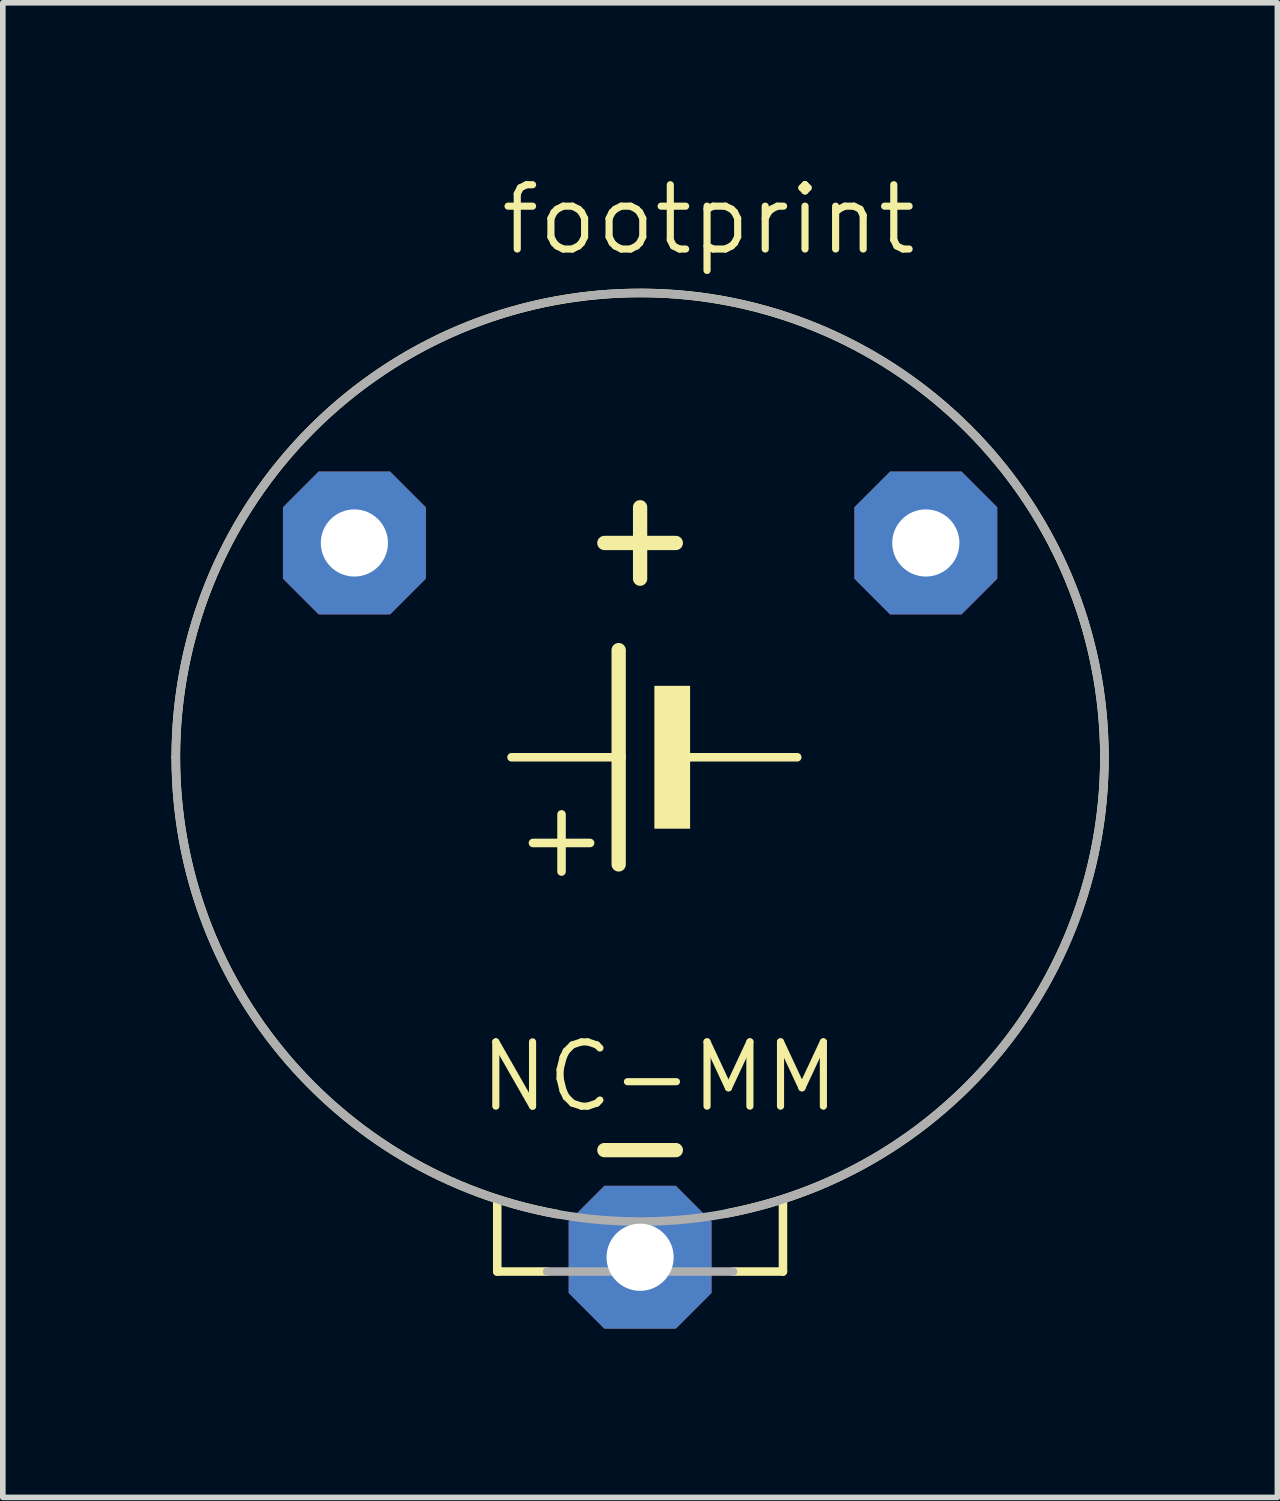
<source format=kicad_pcb>
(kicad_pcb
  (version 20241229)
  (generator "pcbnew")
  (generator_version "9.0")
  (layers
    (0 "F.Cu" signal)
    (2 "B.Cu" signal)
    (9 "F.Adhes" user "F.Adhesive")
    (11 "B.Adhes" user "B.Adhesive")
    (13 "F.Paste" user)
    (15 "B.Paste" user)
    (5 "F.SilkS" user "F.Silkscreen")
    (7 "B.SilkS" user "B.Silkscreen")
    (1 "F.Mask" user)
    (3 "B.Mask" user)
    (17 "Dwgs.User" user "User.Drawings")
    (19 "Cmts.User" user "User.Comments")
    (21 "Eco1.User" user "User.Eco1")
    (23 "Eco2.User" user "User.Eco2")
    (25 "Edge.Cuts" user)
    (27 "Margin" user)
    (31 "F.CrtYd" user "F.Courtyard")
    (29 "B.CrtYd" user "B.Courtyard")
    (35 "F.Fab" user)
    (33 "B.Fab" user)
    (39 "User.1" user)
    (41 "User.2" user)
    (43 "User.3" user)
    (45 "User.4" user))
  (footprint "footprint"
    (layer "F.Cu")
    (at 8.331 10.414)
    (property "Reference" "footprint" (at -2.54 -8.89 0) (layer "F.SilkS") (effects (font (size 1.143 1.143) (thickness 0.127)) (justify left bottom)))
    (fp_line (start -2.54 7.874) (end -2.54 9.144) (stroke (width 0.152) (type solid)) (layer "F.SilkS"))
    (fp_line (start -1.651 9.144) (end -2.54 9.144) (stroke (width 0.152) (type solid)) (layer "F.SilkS"))
    (fp_line (start -1.397 2.032) (end -1.397 1.016) (stroke (width 0.152) (type solid)) (layer "F.SilkS"))
    (fp_line (start -0.889 1.524) (end -1.905 1.524) (stroke (width 0.152) (type solid)) (layer "F.SilkS"))
    (fp_line (start -0.635 -3.81) (end 0.635 -3.81) (stroke (width 0.254) (type solid)) (layer "F.SilkS"))
    (fp_line (start -0.635 6.985) (end 0.635 6.985) (stroke (width 0.254) (type solid)) (layer "F.SilkS"))
    (fp_line (start -0.381 0) (end -2.286 0) (stroke (width 0.152) (type solid)) (layer "F.SilkS"))
    (fp_line (start -0.381 0) (end -0.381 -1.905) (stroke (width 0.254) (type solid)) (layer "F.SilkS"))
    (fp_line (start -0.381 1.905) (end -0.381 0) (stroke (width 0.254) (type solid)) (layer "F.SilkS"))
    (fp_line (start 0 -4.445) (end 0 -3.175) (stroke (width 0.254) (type solid)) (layer "F.SilkS"))
    (fp_line (start 1.651 9.144) (end 2.54 9.144) (stroke (width 0.152) (type solid)) (layer "F.SilkS"))
    (fp_line (start 2.54 7.874) (end 2.54 9.144) (stroke (width 0.152) (type solid)) (layer "F.SilkS"))
    (fp_line (start 2.794 0) (end 0.889 0) (stroke (width 0.152) (type solid)) (layer "F.SilkS"))
    (fp_arc (start -8.255 0) (mid 5.260727 -6.36166) (end 1.5501 8.1082) (stroke (width 0.1524) (type solid)) (layer "F.SilkS"))
    (fp_arc (start -1.4767 8.1218) (mid -6.337776 5.289342) (end -8.255 0) (stroke (width 0.1524) (type solid)) (layer "F.SilkS"))
    (fp_poly (pts (xy 0.254 1.27) (xy 0.889 1.27) (xy 0.889 -1.27) (xy 0.254 -1.27)) (stroke (width 0) (type solid)) (fill yes) (layer "F.SilkS"))
    (fp_line (start -1.651 9.144) (end 1.651 9.144) (stroke (width 0.152) (type solid)) (layer "F.Fab"))
    (fp_circle (center 0 0) (end 8.255 0) (stroke (width 0.152) (type solid)) (fill no) (layer "F.Fab"))
    (fp_text user "NC-MM" (at -2.921 6.35 0) (layer "F.SilkS") (effects (font (size 1.143 1.143) (thickness 0.127)) (justify left bottom)))
    (pad "+" thru_hole roundrect (at 5.08 -3.81) (size 2.54 2.54) (drill 1.194) (layers "*.Cu" "*.Mask") (roundrect_rratio 0.25) (chamfer_ratio 0.25) (chamfer top_left top_right bottom_left bottom_right))
    (pad "+@1" thru_hole roundrect (at -5.08 -3.81) (size 2.54 2.54) (drill 1.194) (layers "*.Cu" "*.Mask") (roundrect_rratio 0.25) (chamfer_ratio 0.25) (chamfer top_left top_right bottom_left bottom_right))
    (pad "-" thru_hole roundrect (at 0 8.89) (size 2.54 2.54) (drill 1.194) (layers "*.Cu" "*.Mask") (roundrect_rratio 0.25) (chamfer_ratio 0.25) (chamfer top_left top_right bottom_left bottom_right)))
  (gr_rect
    (start -3 -3)
    (end 19.662 23.574)
    (stroke (width 0.1) (type default))
    (fill no)
    (layer "Edge.Cuts")))
</source>
